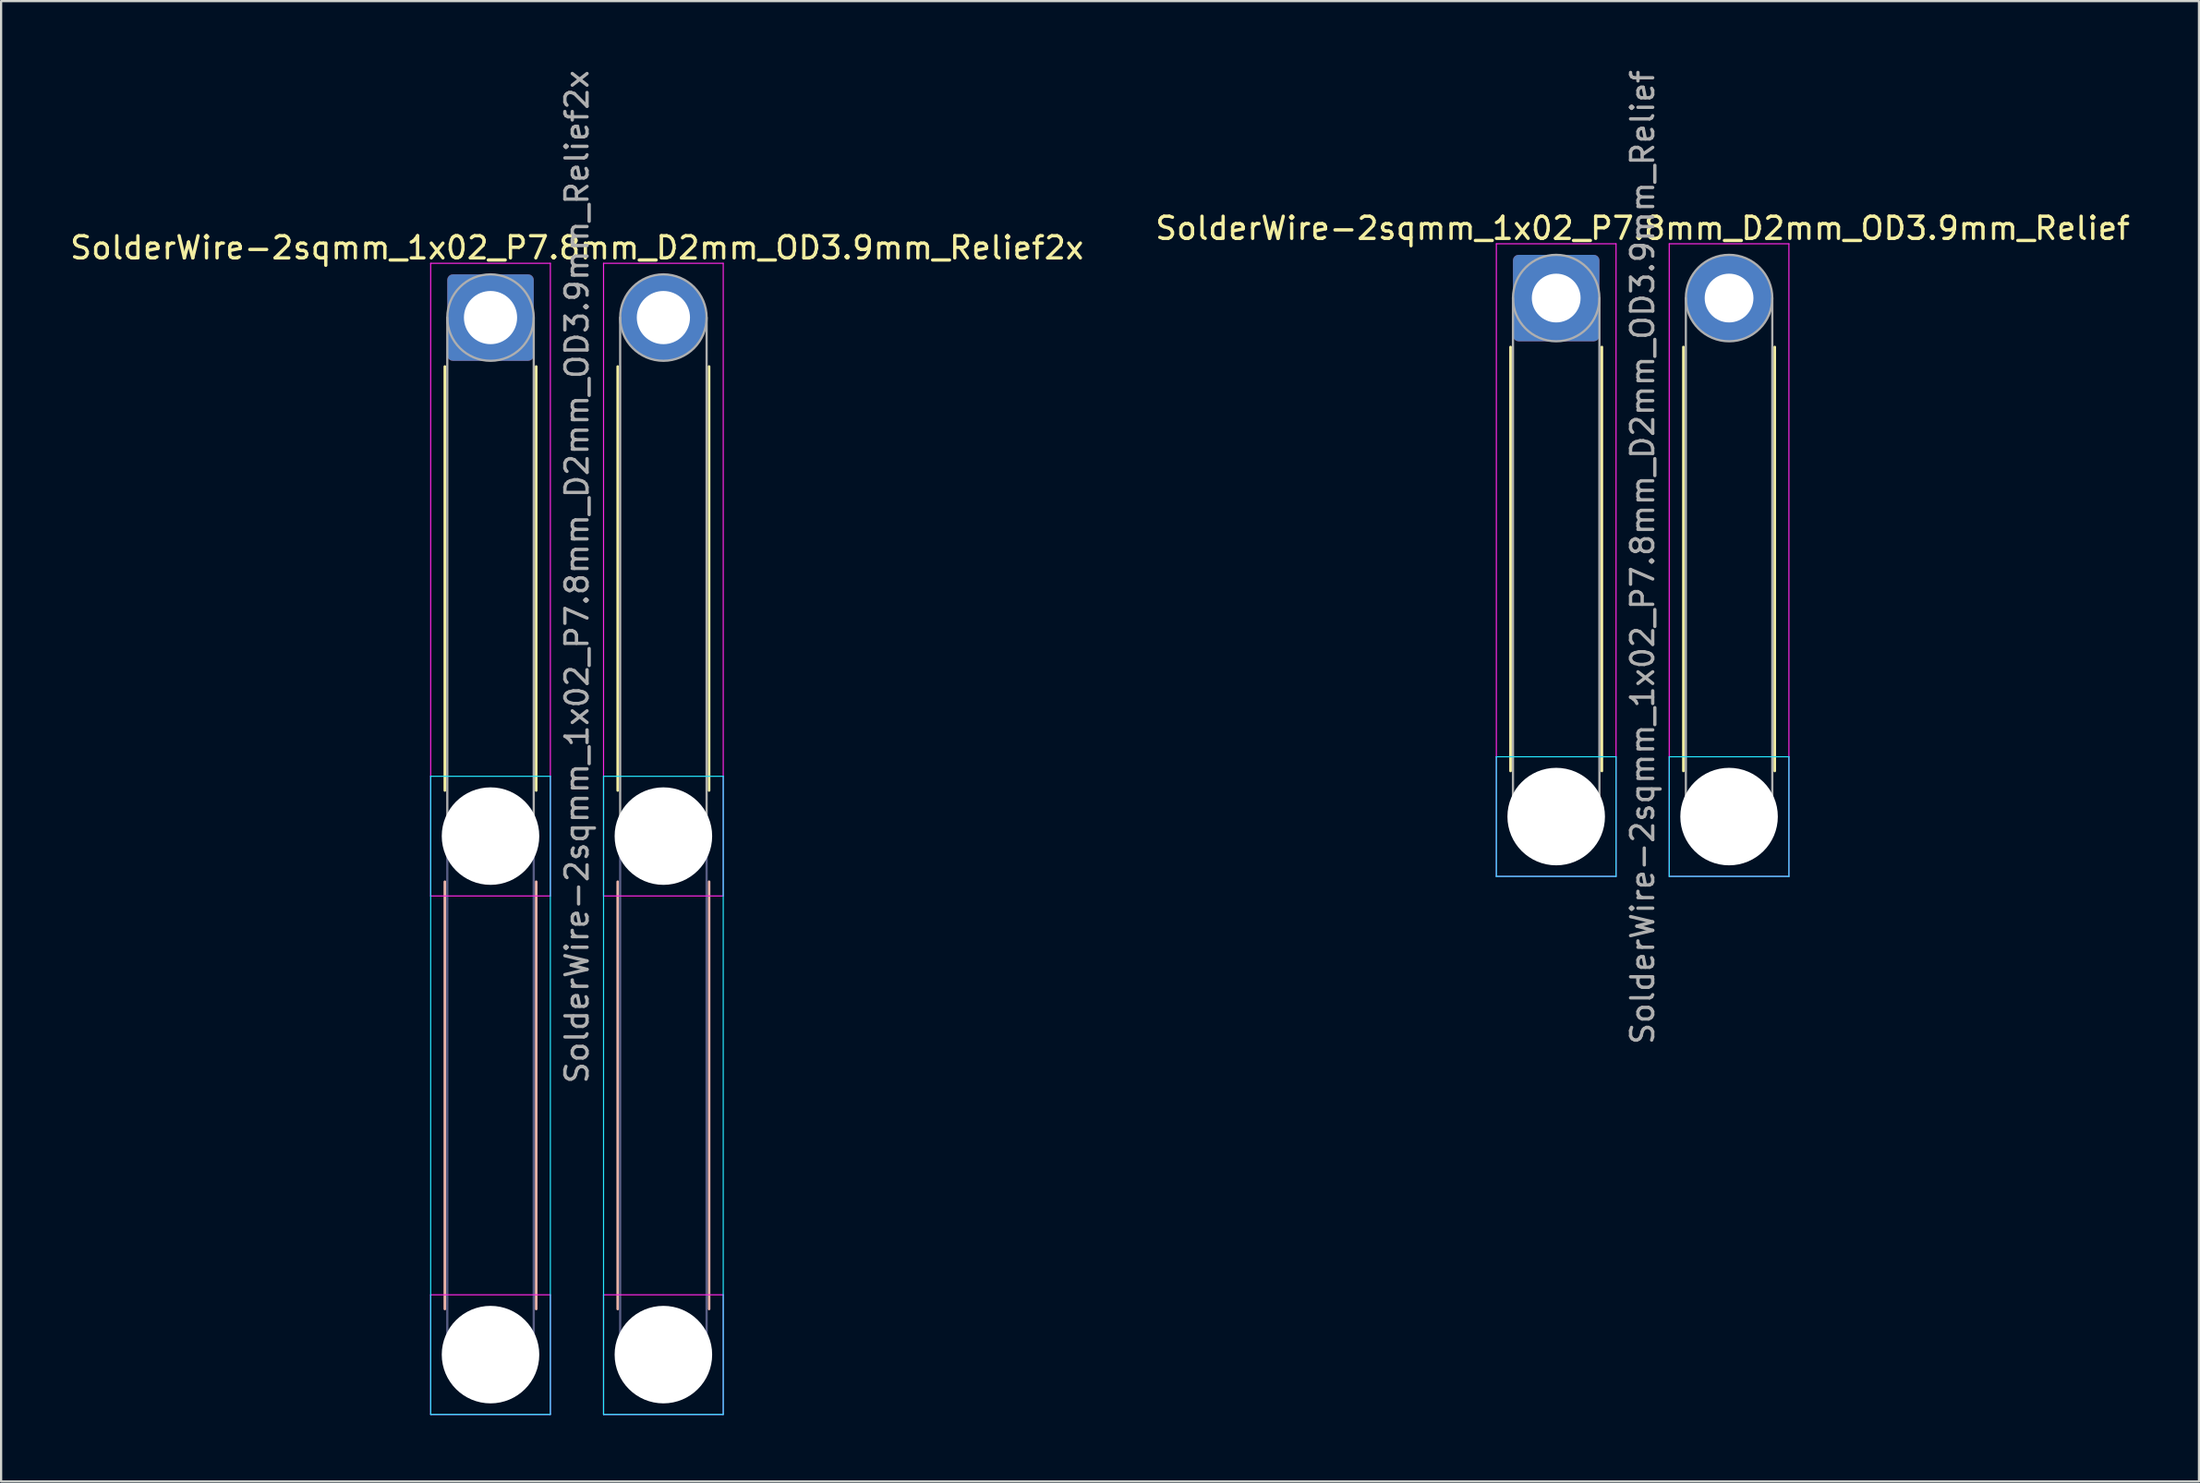
<source format=kicad_pcb>
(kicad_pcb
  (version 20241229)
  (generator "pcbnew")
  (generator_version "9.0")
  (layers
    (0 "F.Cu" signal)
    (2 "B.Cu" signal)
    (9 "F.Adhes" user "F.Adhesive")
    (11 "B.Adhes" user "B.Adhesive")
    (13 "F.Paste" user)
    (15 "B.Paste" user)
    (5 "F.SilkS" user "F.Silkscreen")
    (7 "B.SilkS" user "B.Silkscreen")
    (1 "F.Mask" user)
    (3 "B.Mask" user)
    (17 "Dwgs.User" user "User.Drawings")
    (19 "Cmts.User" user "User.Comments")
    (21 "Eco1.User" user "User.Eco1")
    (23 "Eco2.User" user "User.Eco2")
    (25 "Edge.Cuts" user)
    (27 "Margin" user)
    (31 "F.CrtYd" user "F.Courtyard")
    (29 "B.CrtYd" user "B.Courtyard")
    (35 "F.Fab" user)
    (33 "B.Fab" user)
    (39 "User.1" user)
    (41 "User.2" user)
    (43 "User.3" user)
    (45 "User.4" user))
  (footprint "SolderWire-2sqmm_1x02_P7.8mm_D2mm_OD3.9mm_Relief2x"
    (layer "F.Cu")
    (at 19.082 11.282)
    (property "Reference" "SolderWire-2sqmm_1x02_P7.8mm_D2mm_OD3.9mm_Relief2x" (at 3.9 -3.15 0) (layer "F.SilkS") (effects (font (size 1 1) (thickness 0.15))))
    (attr exclude_from_pos_files exclude_from_bom)
    (fp_line (start -2.06 2.21) (end -2.06 21.34) (stroke (width 0.12) (type solid)) (layer "F.SilkS"))
    (fp_line (start 2.06 2.21) (end 2.06 21.34) (stroke (width 0.12) (type solid)) (layer "F.SilkS"))
    (fp_line (start 5.74 2.21) (end 5.74 21.34) (stroke (width 0.12) (type solid)) (layer "F.SilkS"))
    (fp_line (start 9.86 2.21) (end 9.86 21.34) (stroke (width 0.12) (type solid)) (layer "F.SilkS"))
    (fp_line (start -2.06 25.46) (end -2.06 44.74) (stroke (width 0.12) (type solid)) (layer "B.SilkS"))
    (fp_line (start 2.06 25.46) (end 2.06 44.74) (stroke (width 0.12) (type solid)) (layer "B.SilkS"))
    (fp_line (start 5.74 25.46) (end 5.74 44.74) (stroke (width 0.12) (type solid)) (layer "B.SilkS"))
    (fp_line (start 9.86 25.46) (end 9.86 44.74) (stroke (width 0.12) (type solid)) (layer "B.SilkS"))
    (fp_line (start -2.7 20.7) (end -2.7 49.5) (stroke (width 0.05) (type solid)) (layer "B.CrtYd"))
    (fp_line (start -2.7 49.5) (end 2.7 49.5) (stroke (width 0.05) (type solid)) (layer "B.CrtYd"))
    (fp_line (start 2.7 20.7) (end -2.7 20.7) (stroke (width 0.05) (type solid)) (layer "B.CrtYd"))
    (fp_line (start 2.7 49.5) (end 2.7 20.7) (stroke (width 0.05) (type solid)) (layer "B.CrtYd"))
    (fp_line (start 5.1 20.7) (end 5.1 49.5) (stroke (width 0.05) (type solid)) (layer "B.CrtYd"))
    (fp_line (start 5.1 49.5) (end 10.5 49.5) (stroke (width 0.05) (type solid)) (layer "B.CrtYd"))
    (fp_line (start 10.5 20.7) (end 5.1 20.7) (stroke (width 0.05) (type solid)) (layer "B.CrtYd"))
    (fp_line (start 10.5 49.5) (end 10.5 20.7) (stroke (width 0.05) (type solid)) (layer "B.CrtYd"))
    (fp_line (start -2.7 -2.45) (end -2.7 26.1) (stroke (width 0.05) (type solid)) (layer "F.CrtYd"))
    (fp_line (start -2.7 26.1) (end 2.7 26.1) (stroke (width 0.05) (type solid)) (layer "F.CrtYd"))
    (fp_line (start -2.7 44.1) (end -2.7 49.5) (stroke (width 0.05) (type solid)) (layer "F.CrtYd"))
    (fp_line (start -2.7 49.5) (end 2.7 49.5) (stroke (width 0.05) (type solid)) (layer "F.CrtYd"))
    (fp_line (start 2.7 -2.45) (end -2.7 -2.45) (stroke (width 0.05) (type solid)) (layer "F.CrtYd"))
    (fp_line (start 2.7 26.1) (end 2.7 -2.45) (stroke (width 0.05) (type solid)) (layer "F.CrtYd"))
    (fp_line (start 2.7 44.1) (end -2.7 44.1) (stroke (width 0.05) (type solid)) (layer "F.CrtYd"))
    (fp_line (start 2.7 49.5) (end 2.7 44.1) (stroke (width 0.05) (type solid)) (layer "F.CrtYd"))
    (fp_line (start 5.1 -2.45) (end 5.1 26.1) (stroke (width 0.05) (type solid)) (layer "F.CrtYd"))
    (fp_line (start 5.1 26.1) (end 10.5 26.1) (stroke (width 0.05) (type solid)) (layer "F.CrtYd"))
    (fp_line (start 5.1 44.1) (end 5.1 49.5) (stroke (width 0.05) (type solid)) (layer "F.CrtYd"))
    (fp_line (start 5.1 49.5) (end 10.5 49.5) (stroke (width 0.05) (type solid)) (layer "F.CrtYd"))
    (fp_line (start 10.5 -2.45) (end 5.1 -2.45) (stroke (width 0.05) (type solid)) (layer "F.CrtYd"))
    (fp_line (start 10.5 26.1) (end 10.5 -2.45) (stroke (width 0.05) (type solid)) (layer "F.CrtYd"))
    (fp_line (start 10.5 44.1) (end 5.1 44.1) (stroke (width 0.05) (type solid)) (layer "F.CrtYd"))
    (fp_line (start 10.5 49.5) (end 10.5 44.1) (stroke (width 0.05) (type solid)) (layer "F.CrtYd"))
    (fp_line (start -1.95 23.4) (end -1.95 46.8) (stroke (width 0.1) (type solid)) (layer "B.Fab"))
    (fp_line (start 1.95 23.4) (end 1.95 46.8) (stroke (width 0.1) (type solid)) (layer "B.Fab"))
    (fp_line (start 5.85 23.4) (end 5.85 46.8) (stroke (width 0.1) (type solid)) (layer "B.Fab"))
    (fp_line (start 9.75 23.4) (end 9.75 46.8) (stroke (width 0.1) (type solid)) (layer "B.Fab"))
    (fp_circle (center 0 23.4) (end 1.95 23.4) (stroke (width 0.1) (type solid)) (fill no) (layer "B.Fab"))
    (fp_circle (center 0 46.8) (end 1.95 46.8) (stroke (width 0.1) (type solid)) (fill no) (layer "B.Fab"))
    (fp_circle (center 7.8 23.4) (end 9.75 23.4) (stroke (width 0.1) (type solid)) (fill no) (layer "B.Fab"))
    (fp_circle (center 7.8 46.8) (end 9.75 46.8) (stroke (width 0.1) (type solid)) (fill no) (layer "B.Fab"))
    (fp_line (start -1.95 0) (end -1.95 23.4) (stroke (width 0.1) (type solid)) (layer "F.Fab"))
    (fp_line (start 1.95 0) (end 1.95 23.4) (stroke (width 0.1) (type solid)) (layer "F.Fab"))
    (fp_line (start 5.85 0) (end 5.85 23.4) (stroke (width 0.1) (type solid)) (layer "F.Fab"))
    (fp_line (start 9.75 0) (end 9.75 23.4) (stroke (width 0.1) (type solid)) (layer "F.Fab"))
    (fp_circle (center 0 0) (end 1.95 0) (stroke (width 0.1) (type solid)) (fill no) (layer "F.Fab"))
    (fp_circle (center 0 23.4) (end 1.95 23.4) (stroke (width 0.1) (type solid)) (fill no) (layer "F.Fab"))
    (fp_circle (center 0 46.8) (end 1.95 46.8) (stroke (width 0.1) (type solid)) (fill no) (layer "F.Fab"))
    (fp_circle (center 7.8 0) (end 9.75 0) (stroke (width 0.1) (type solid)) (fill no) (layer "F.Fab"))
    (fp_circle (center 7.8 23.4) (end 9.75 23.4) (stroke (width 0.1) (type solid)) (fill no) (layer "F.Fab"))
    (fp_circle (center 7.8 46.8) (end 9.75 46.8) (stroke (width 0.1) (type solid)) (fill no) (layer "F.Fab"))
    (fp_text user "${REFERENCE}" (at 3.9 11.7 90) (layer "F.Fab") (effects (font (size 1 1) (thickness 0.15))))
    (pad "" np_thru_hole circle (at 0 23.4) (size 4.4 4.4) (drill 4.4) (layers "*.Cu" "*.Mask"))
    (pad "" np_thru_hole circle (at 0 46.8) (size 4.4 4.4) (drill 4.4) (layers "*.Cu" "*.Mask"))
    (pad "" np_thru_hole circle (at 7.8 23.4) (size 4.4 4.4) (drill 4.4) (layers "*.Cu" "*.Mask"))
    (pad "" np_thru_hole circle (at 7.8 46.8) (size 4.4 4.4) (drill 4.4) (layers "*.Cu" "*.Mask"))
    (pad "1" thru_hole roundrect (at 0 0) (size 3.9 3.9) (drill 2.4) (layers "*.Cu" "*.Mask") (roundrect_rratio 0.064))
    (pad "2" thru_hole circle (at 7.8 0) (size 3.9 3.9) (drill 2.4) (layers "*.Cu" "*.Mask")))
  (footprint "SolderWire-2sqmm_1x02_P7.8mm_D2mm_OD3.9mm_Relief"
    (layer "F.Cu")
    (at 67.165 10.401)
    (property "Reference" "SolderWire-2sqmm_1x02_P7.8mm_D2mm_OD3.9mm_Relief" (at 3.9 -3.15 0) (layer "F.SilkS") (effects (font (size 1 1) (thickness 0.15))))
    (attr exclude_from_pos_files exclude_from_bom)
    (fp_line (start -2.06 2.21) (end -2.06 21.34) (stroke (width 0.12) (type solid)) (layer "F.SilkS"))
    (fp_line (start 2.06 2.21) (end 2.06 21.34) (stroke (width 0.12) (type solid)) (layer "F.SilkS"))
    (fp_line (start 5.74 2.21) (end 5.74 21.34) (stroke (width 0.12) (type solid)) (layer "F.SilkS"))
    (fp_line (start 9.86 2.21) (end 9.86 21.34) (stroke (width 0.12) (type solid)) (layer "F.SilkS"))
    (fp_line (start -2.7 20.7) (end -2.7 26.1) (stroke (width 0.05) (type solid)) (layer "B.CrtYd"))
    (fp_line (start -2.7 26.1) (end 2.7 26.1) (stroke (width 0.05) (type solid)) (layer "B.CrtYd"))
    (fp_line (start 2.7 20.7) (end -2.7 20.7) (stroke (width 0.05) (type solid)) (layer "B.CrtYd"))
    (fp_line (start 2.7 26.1) (end 2.7 20.7) (stroke (width 0.05) (type solid)) (layer "B.CrtYd"))
    (fp_line (start 5.1 20.7) (end 5.1 26.1) (stroke (width 0.05) (type solid)) (layer "B.CrtYd"))
    (fp_line (start 5.1 26.1) (end 10.5 26.1) (stroke (width 0.05) (type solid)) (layer "B.CrtYd"))
    (fp_line (start 10.5 20.7) (end 5.1 20.7) (stroke (width 0.05) (type solid)) (layer "B.CrtYd"))
    (fp_line (start 10.5 26.1) (end 10.5 20.7) (stroke (width 0.05) (type solid)) (layer "B.CrtYd"))
    (fp_line (start -2.7 -2.45) (end -2.7 26.1) (stroke (width 0.05) (type solid)) (layer "F.CrtYd"))
    (fp_line (start -2.7 26.1) (end 2.7 26.1) (stroke (width 0.05) (type solid)) (layer "F.CrtYd"))
    (fp_line (start 2.7 -2.45) (end -2.7 -2.45) (stroke (width 0.05) (type solid)) (layer "F.CrtYd"))
    (fp_line (start 2.7 26.1) (end 2.7 -2.45) (stroke (width 0.05) (type solid)) (layer "F.CrtYd"))
    (fp_line (start 5.1 -2.45) (end 5.1 26.1) (stroke (width 0.05) (type solid)) (layer "F.CrtYd"))
    (fp_line (start 5.1 26.1) (end 10.5 26.1) (stroke (width 0.05) (type solid)) (layer "F.CrtYd"))
    (fp_line (start 10.5 -2.45) (end 5.1 -2.45) (stroke (width 0.05) (type solid)) (layer "F.CrtYd"))
    (fp_line (start 10.5 26.1) (end 10.5 -2.45) (stroke (width 0.05) (type solid)) (layer "F.CrtYd"))
    (fp_line (start -1.95 0) (end -1.95 23.4) (stroke (width 0.1) (type solid)) (layer "F.Fab"))
    (fp_line (start 1.95 0) (end 1.95 23.4) (stroke (width 0.1) (type solid)) (layer "F.Fab"))
    (fp_line (start 5.85 0) (end 5.85 23.4) (stroke (width 0.1) (type solid)) (layer "F.Fab"))
    (fp_line (start 9.75 0) (end 9.75 23.4) (stroke (width 0.1) (type solid)) (layer "F.Fab"))
    (fp_circle (center 0 0) (end 1.95 0) (stroke (width 0.1) (type solid)) (fill no) (layer "F.Fab"))
    (fp_circle (center 0 23.4) (end 1.95 23.4) (stroke (width 0.1) (type solid)) (fill no) (layer "F.Fab"))
    (fp_circle (center 7.8 0) (end 9.75 0) (stroke (width 0.1) (type solid)) (fill no) (layer "F.Fab"))
    (fp_circle (center 7.8 23.4) (end 9.75 23.4) (stroke (width 0.1) (type solid)) (fill no) (layer "F.Fab"))
    (fp_text user "${REFERENCE}" (at 3.9 11.7 90) (layer "F.Fab") (effects (font (size 1 1) (thickness 0.15))))
    (pad "" np_thru_hole circle (at 0 23.4) (size 4.4 4.4) (drill 4.4) (layers "*.Cu" "*.Mask"))
    (pad "" np_thru_hole circle (at 7.8 23.4) (size 4.4 4.4) (drill 4.4) (layers "*.Cu" "*.Mask"))
    (pad "1" thru_hole roundrect (at 0 0) (size 3.9 3.9) (drill 2.2) (layers "*.Cu" "*.Mask") (roundrect_rratio 0.064))
    (pad "2" thru_hole circle (at 7.8 0) (size 3.9 3.9) (drill 2.2) (layers "*.Cu" "*.Mask")))
  (gr_rect
    (start -3 -3)
    (end 96.167 63.807)
    (stroke (width 0.1) (type default))
    (fill no)
    (layer "Edge.Cuts")))
</source>
